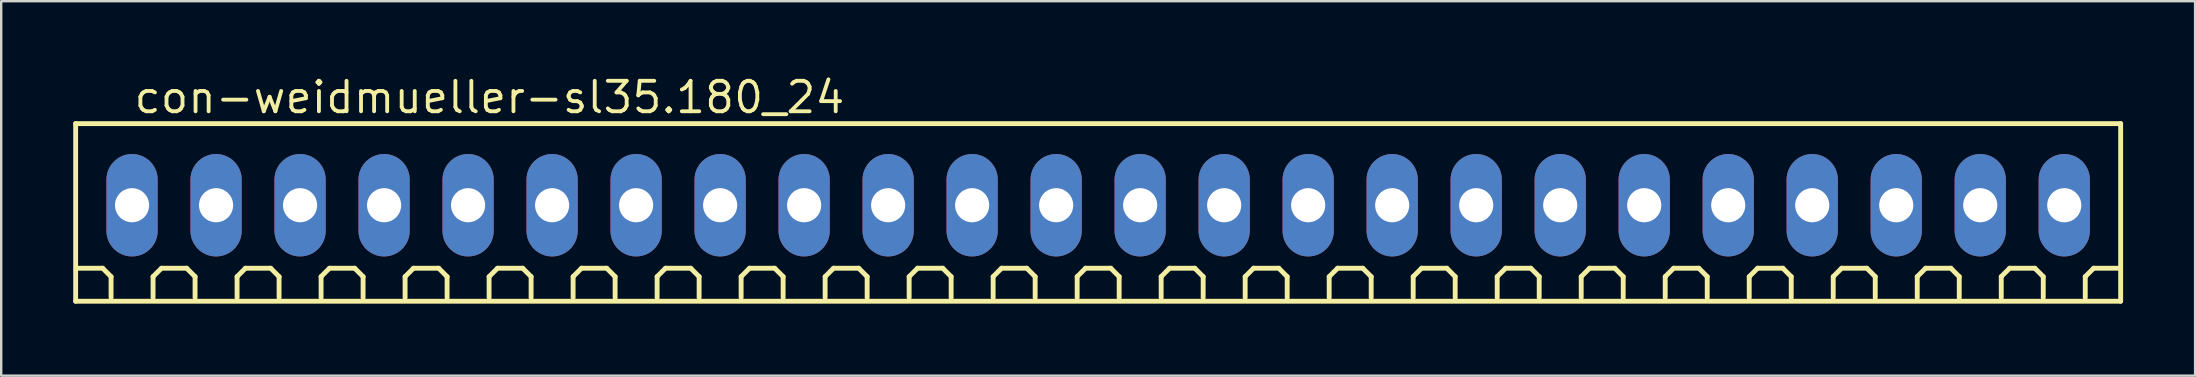
<source format=kicad_pcb>
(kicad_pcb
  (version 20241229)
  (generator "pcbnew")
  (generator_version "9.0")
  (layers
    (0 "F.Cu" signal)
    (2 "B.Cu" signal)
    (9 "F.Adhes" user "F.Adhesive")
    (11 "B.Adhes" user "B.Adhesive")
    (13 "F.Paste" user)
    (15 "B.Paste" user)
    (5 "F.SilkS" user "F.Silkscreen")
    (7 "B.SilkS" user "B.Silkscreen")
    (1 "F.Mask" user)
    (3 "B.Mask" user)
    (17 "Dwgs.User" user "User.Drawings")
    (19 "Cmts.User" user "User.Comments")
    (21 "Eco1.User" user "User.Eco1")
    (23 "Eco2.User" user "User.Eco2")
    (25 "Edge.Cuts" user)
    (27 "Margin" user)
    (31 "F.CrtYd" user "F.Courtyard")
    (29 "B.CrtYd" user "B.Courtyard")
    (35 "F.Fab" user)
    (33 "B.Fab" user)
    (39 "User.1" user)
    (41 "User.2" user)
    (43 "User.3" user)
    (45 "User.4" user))
  (footprint "con-weidmueller-sl35.180_24"
    (layer "F.Cu")
    (at 42.702 5.5)
    (property "Reference" "con-weidmueller-sl35.180_24" (at -40.25 -3.75 0) (layer "F.SilkS") (effects (font (size 1.27 1.27) (thickness 0.16)) (justify left bottom)))
    (attr through_hole)
    (fp_line (start -42.6 -3.4) (end 42.6 -3.4) (stroke (width 0.203) (type default)) (layer "F.SilkS"))
    (fp_line (start -42.6 4) (end -42.6 -3.4) (stroke (width 0.203) (type default)) (layer "F.SilkS"))
    (fp_line (start -41.475 2.625) (end -42.525 2.625) (stroke (width 0.203) (type default)) (layer "F.SilkS"))
    (fp_line (start -41.125 2.975) (end -41.475 2.625) (stroke (width 0.203) (type default)) (layer "F.SilkS"))
    (fp_line (start -41.125 3.85) (end -41.125 2.975) (stroke (width 0.203) (type default)) (layer "F.SilkS"))
    (fp_line (start -39.375 2.975) (end -39.025 2.625) (stroke (width 0.203) (type default)) (layer "F.SilkS"))
    (fp_line (start -39.375 3.85) (end -39.375 2.975) (stroke (width 0.203) (type default)) (layer "F.SilkS"))
    (fp_line (start -39.025 2.625) (end -37.975 2.625) (stroke (width 0.203) (type default)) (layer "F.SilkS"))
    (fp_line (start -37.975 2.625) (end -37.625 2.975) (stroke (width 0.203) (type default)) (layer "F.SilkS"))
    (fp_line (start -37.625 2.975) (end -37.625 3.85) (stroke (width 0.203) (type default)) (layer "F.SilkS"))
    (fp_line (start -35.875 2.975) (end -35.525 2.625) (stroke (width 0.203) (type default)) (layer "F.SilkS"))
    (fp_line (start -35.875 3.85) (end -35.875 2.975) (stroke (width 0.203) (type default)) (layer "F.SilkS"))
    (fp_line (start -35.525 2.625) (end -34.475 2.625) (stroke (width 0.203) (type default)) (layer "F.SilkS"))
    (fp_line (start -34.475 2.625) (end -34.125 2.975) (stroke (width 0.203) (type default)) (layer "F.SilkS"))
    (fp_line (start -34.125 2.975) (end -34.125 3.85) (stroke (width 0.203) (type default)) (layer "F.SilkS"))
    (fp_line (start -32.375 2.975) (end -32.025 2.625) (stroke (width 0.203) (type default)) (layer "F.SilkS"))
    (fp_line (start -32.375 3.85) (end -32.375 2.975) (stroke (width 0.203) (type default)) (layer "F.SilkS"))
    (fp_line (start -32.025 2.625) (end -30.975 2.625) (stroke (width 0.203) (type default)) (layer "F.SilkS"))
    (fp_line (start -30.975 2.625) (end -30.625 2.975) (stroke (width 0.203) (type default)) (layer "F.SilkS"))
    (fp_line (start -30.625 2.975) (end -30.625 3.85) (stroke (width 0.203) (type default)) (layer "F.SilkS"))
    (fp_line (start -28.875 2.975) (end -28.525 2.625) (stroke (width 0.203) (type default)) (layer "F.SilkS"))
    (fp_line (start -28.875 3.85) (end -28.875 2.975) (stroke (width 0.203) (type default)) (layer "F.SilkS"))
    (fp_line (start -28.525 2.625) (end -27.475 2.625) (stroke (width 0.203) (type default)) (layer "F.SilkS"))
    (fp_line (start -27.475 2.625) (end -27.125 2.975) (stroke (width 0.203) (type default)) (layer "F.SilkS"))
    (fp_line (start -27.125 2.975) (end -27.125 3.85) (stroke (width 0.203) (type default)) (layer "F.SilkS"))
    (fp_line (start -25.375 2.975) (end -25.025 2.625) (stroke (width 0.203) (type default)) (layer "F.SilkS"))
    (fp_line (start -25.375 3.85) (end -25.375 2.975) (stroke (width 0.203) (type default)) (layer "F.SilkS"))
    (fp_line (start -25.025 2.625) (end -23.975 2.625) (stroke (width 0.203) (type default)) (layer "F.SilkS"))
    (fp_line (start -23.975 2.625) (end -23.625 2.975) (stroke (width 0.203) (type default)) (layer "F.SilkS"))
    (fp_line (start -23.625 2.975) (end -23.625 3.85) (stroke (width 0.203) (type default)) (layer "F.SilkS"))
    (fp_line (start -21.875 2.975) (end -21.525 2.625) (stroke (width 0.203) (type default)) (layer "F.SilkS"))
    (fp_line (start -21.875 3.85) (end -21.875 2.975) (stroke (width 0.203) (type default)) (layer "F.SilkS"))
    (fp_line (start -21.525 2.625) (end -20.475 2.625) (stroke (width 0.203) (type default)) (layer "F.SilkS"))
    (fp_line (start -20.475 2.625) (end -20.125 2.975) (stroke (width 0.203) (type default)) (layer "F.SilkS"))
    (fp_line (start -20.125 2.975) (end -20.125 3.85) (stroke (width 0.203) (type default)) (layer "F.SilkS"))
    (fp_line (start -18.375 2.975) (end -18.025 2.625) (stroke (width 0.203) (type default)) (layer "F.SilkS"))
    (fp_line (start -18.375 3.85) (end -18.375 2.975) (stroke (width 0.203) (type default)) (layer "F.SilkS"))
    (fp_line (start -18.025 2.625) (end -16.975 2.625) (stroke (width 0.203) (type default)) (layer "F.SilkS"))
    (fp_line (start -16.975 2.625) (end -16.625 2.975) (stroke (width 0.203) (type default)) (layer "F.SilkS"))
    (fp_line (start -16.625 2.975) (end -16.625 3.85) (stroke (width 0.203) (type default)) (layer "F.SilkS"))
    (fp_line (start -14.875 2.975) (end -14.525 2.625) (stroke (width 0.203) (type default)) (layer "F.SilkS"))
    (fp_line (start -14.875 3.85) (end -14.875 2.975) (stroke (width 0.203) (type default)) (layer "F.SilkS"))
    (fp_line (start -14.525 2.625) (end -13.475 2.625) (stroke (width 0.203) (type default)) (layer "F.SilkS"))
    (fp_line (start -13.475 2.625) (end -13.125 2.975) (stroke (width 0.203) (type default)) (layer "F.SilkS"))
    (fp_line (start -13.125 2.975) (end -13.125 3.85) (stroke (width 0.203) (type default)) (layer "F.SilkS"))
    (fp_line (start -11.375 2.975) (end -11.025 2.625) (stroke (width 0.203) (type default)) (layer "F.SilkS"))
    (fp_line (start -11.375 3.85) (end -11.375 2.975) (stroke (width 0.203) (type default)) (layer "F.SilkS"))
    (fp_line (start -11.025 2.625) (end -9.975 2.625) (stroke (width 0.203) (type default)) (layer "F.SilkS"))
    (fp_line (start -9.975 2.625) (end -9.625 2.975) (stroke (width 0.203) (type default)) (layer "F.SilkS"))
    (fp_line (start -9.625 2.975) (end -9.625 3.85) (stroke (width 0.203) (type default)) (layer "F.SilkS"))
    (fp_line (start -7.875 2.975) (end -7.525 2.625) (stroke (width 0.203) (type default)) (layer "F.SilkS"))
    (fp_line (start -7.875 3.85) (end -7.875 2.975) (stroke (width 0.203) (type default)) (layer "F.SilkS"))
    (fp_line (start -7.525 2.625) (end -6.475 2.625) (stroke (width 0.203) (type default)) (layer "F.SilkS"))
    (fp_line (start -6.475 2.625) (end -6.125 2.975) (stroke (width 0.203) (type default)) (layer "F.SilkS"))
    (fp_line (start -6.125 2.975) (end -6.125 3.85) (stroke (width 0.203) (type default)) (layer "F.SilkS"))
    (fp_line (start -4.375 2.975) (end -4.025 2.625) (stroke (width 0.203) (type default)) (layer "F.SilkS"))
    (fp_line (start -4.375 3.85) (end -4.375 2.975) (stroke (width 0.203) (type default)) (layer "F.SilkS"))
    (fp_line (start -4.025 2.625) (end -2.975 2.625) (stroke (width 0.203) (type default)) (layer "F.SilkS"))
    (fp_line (start -2.975 2.625) (end -2.625 2.975) (stroke (width 0.203) (type default)) (layer "F.SilkS"))
    (fp_line (start -2.625 2.975) (end -2.625 3.85) (stroke (width 0.203) (type default)) (layer "F.SilkS"))
    (fp_line (start -0.875 2.975) (end -0.525 2.625) (stroke (width 0.203) (type default)) (layer "F.SilkS"))
    (fp_line (start -0.875 3.85) (end -0.875 2.975) (stroke (width 0.203) (type default)) (layer "F.SilkS"))
    (fp_line (start -0.525 2.625) (end 0.525 2.625) (stroke (width 0.203) (type default)) (layer "F.SilkS"))
    (fp_line (start 0.525 2.625) (end 0.875 2.975) (stroke (width 0.203) (type default)) (layer "F.SilkS"))
    (fp_line (start 0.875 2.975) (end 0.875 3.85) (stroke (width 0.203) (type default)) (layer "F.SilkS"))
    (fp_line (start 2.625 2.975) (end 2.975 2.625) (stroke (width 0.203) (type default)) (layer "F.SilkS"))
    (fp_line (start 2.625 3.85) (end 2.625 2.975) (stroke (width 0.203) (type default)) (layer "F.SilkS"))
    (fp_line (start 2.975 2.625) (end 4.025 2.625) (stroke (width 0.203) (type default)) (layer "F.SilkS"))
    (fp_line (start 4.025 2.625) (end 4.375 2.975) (stroke (width 0.203) (type default)) (layer "F.SilkS"))
    (fp_line (start 4.375 2.975) (end 4.375 3.85) (stroke (width 0.203) (type default)) (layer "F.SilkS"))
    (fp_line (start 6.125 2.975) (end 6.475 2.625) (stroke (width 0.203) (type default)) (layer "F.SilkS"))
    (fp_line (start 6.125 3.85) (end 6.125 2.975) (stroke (width 0.203) (type default)) (layer "F.SilkS"))
    (fp_line (start 6.475 2.625) (end 7.525 2.625) (stroke (width 0.203) (type default)) (layer "F.SilkS"))
    (fp_line (start 7.525 2.625) (end 7.875 2.975) (stroke (width 0.203) (type default)) (layer "F.SilkS"))
    (fp_line (start 7.875 2.975) (end 7.875 3.85) (stroke (width 0.203) (type default)) (layer "F.SilkS"))
    (fp_line (start 9.625 2.975) (end 9.975 2.625) (stroke (width 0.203) (type default)) (layer "F.SilkS"))
    (fp_line (start 9.625 3.85) (end 9.625 2.975) (stroke (width 0.203) (type default)) (layer "F.SilkS"))
    (fp_line (start 9.975 2.625) (end 11.025 2.625) (stroke (width 0.203) (type default)) (layer "F.SilkS"))
    (fp_line (start 11.025 2.625) (end 11.375 2.975) (stroke (width 0.203) (type default)) (layer "F.SilkS"))
    (fp_line (start 11.375 2.975) (end 11.375 3.85) (stroke (width 0.203) (type default)) (layer "F.SilkS"))
    (fp_line (start 13.125 2.975) (end 13.475 2.625) (stroke (width 0.203) (type default)) (layer "F.SilkS"))
    (fp_line (start 13.125 3.85) (end 13.125 2.975) (stroke (width 0.203) (type default)) (layer "F.SilkS"))
    (fp_line (start 13.475 2.625) (end 14.525 2.625) (stroke (width 0.203) (type default)) (layer "F.SilkS"))
    (fp_line (start 14.525 2.625) (end 14.875 2.975) (stroke (width 0.203) (type default)) (layer "F.SilkS"))
    (fp_line (start 14.875 2.975) (end 14.875 3.85) (stroke (width 0.203) (type default)) (layer "F.SilkS"))
    (fp_line (start 16.625 2.975) (end 16.975 2.625) (stroke (width 0.203) (type default)) (layer "F.SilkS"))
    (fp_line (start 16.625 3.85) (end 16.625 2.975) (stroke (width 0.203) (type default)) (layer "F.SilkS"))
    (fp_line (start 16.975 2.625) (end 18.025 2.625) (stroke (width 0.203) (type default)) (layer "F.SilkS"))
    (fp_line (start 18.025 2.625) (end 18.375 2.975) (stroke (width 0.203) (type default)) (layer "F.SilkS"))
    (fp_line (start 18.375 2.975) (end 18.375 3.85) (stroke (width 0.203) (type default)) (layer "F.SilkS"))
    (fp_line (start 20.125 2.975) (end 20.475 2.625) (stroke (width 0.203) (type default)) (layer "F.SilkS"))
    (fp_line (start 20.125 3.85) (end 20.125 2.975) (stroke (width 0.203) (type default)) (layer "F.SilkS"))
    (fp_line (start 20.475 2.625) (end 21.525 2.625) (stroke (width 0.203) (type default)) (layer "F.SilkS"))
    (fp_line (start 21.525 2.625) (end 21.875 2.975) (stroke (width 0.203) (type default)) (layer "F.SilkS"))
    (fp_line (start 21.875 2.975) (end 21.875 3.85) (stroke (width 0.203) (type default)) (layer "F.SilkS"))
    (fp_line (start 23.625 2.975) (end 23.975 2.625) (stroke (width 0.203) (type default)) (layer "F.SilkS"))
    (fp_line (start 23.625 3.85) (end 23.625 2.975) (stroke (width 0.203) (type default)) (layer "F.SilkS"))
    (fp_line (start 23.975 2.625) (end 25.025 2.625) (stroke (width 0.203) (type default)) (layer "F.SilkS"))
    (fp_line (start 25.025 2.625) (end 25.375 2.975) (stroke (width 0.203) (type default)) (layer "F.SilkS"))
    (fp_line (start 25.375 2.975) (end 25.375 3.85) (stroke (width 0.203) (type default)) (layer "F.SilkS"))
    (fp_line (start 27.125 2.975) (end 27.475 2.625) (stroke (width 0.203) (type default)) (layer "F.SilkS"))
    (fp_line (start 27.125 3.85) (end 27.125 2.975) (stroke (width 0.203) (type default)) (layer "F.SilkS"))
    (fp_line (start 27.475 2.625) (end 28.525 2.625) (stroke (width 0.203) (type default)) (layer "F.SilkS"))
    (fp_line (start 28.525 2.625) (end 28.875 2.975) (stroke (width 0.203) (type default)) (layer "F.SilkS"))
    (fp_line (start 28.875 2.975) (end 28.875 3.85) (stroke (width 0.203) (type default)) (layer "F.SilkS"))
    (fp_line (start 30.625 2.975) (end 30.975 2.625) (stroke (width 0.203) (type default)) (layer "F.SilkS"))
    (fp_line (start 30.625 3.85) (end 30.625 2.975) (stroke (width 0.203) (type default)) (layer "F.SilkS"))
    (fp_line (start 30.975 2.625) (end 32.025 2.625) (stroke (width 0.203) (type default)) (layer "F.SilkS"))
    (fp_line (start 32.025 2.625) (end 32.375 2.975) (stroke (width 0.203) (type default)) (layer "F.SilkS"))
    (fp_line (start 32.375 2.975) (end 32.375 3.85) (stroke (width 0.203) (type default)) (layer "F.SilkS"))
    (fp_line (start 34.125 2.975) (end 34.475 2.625) (stroke (width 0.203) (type default)) (layer "F.SilkS"))
    (fp_line (start 34.125 3.85) (end 34.125 2.975) (stroke (width 0.203) (type default)) (layer "F.SilkS"))
    (fp_line (start 34.475 2.625) (end 35.525 2.625) (stroke (width 0.203) (type default)) (layer "F.SilkS"))
    (fp_line (start 35.525 2.625) (end 35.875 2.975) (stroke (width 0.203) (type default)) (layer "F.SilkS"))
    (fp_line (start 35.875 2.975) (end 35.875 3.85) (stroke (width 0.203) (type default)) (layer "F.SilkS"))
    (fp_line (start 37.625 2.975) (end 37.975 2.625) (stroke (width 0.203) (type default)) (layer "F.SilkS"))
    (fp_line (start 37.625 3.85) (end 37.625 2.975) (stroke (width 0.203) (type default)) (layer "F.SilkS"))
    (fp_line (start 37.975 2.625) (end 39.025 2.625) (stroke (width 0.203) (type default)) (layer "F.SilkS"))
    (fp_line (start 39.025 2.625) (end 39.375 2.975) (stroke (width 0.203) (type default)) (layer "F.SilkS"))
    (fp_line (start 39.375 2.975) (end 39.375 3.85) (stroke (width 0.203) (type default)) (layer "F.SilkS"))
    (fp_line (start 41.125 2.975) (end 41.475 2.625) (stroke (width 0.203) (type default)) (layer "F.SilkS"))
    (fp_line (start 41.125 3.85) (end 41.125 2.975) (stroke (width 0.203) (type default)) (layer "F.SilkS"))
    (fp_line (start 41.475 2.625) (end 42.525 2.625) (stroke (width 0.203) (type default)) (layer "F.SilkS"))
    (fp_line (start 42.6 -3.4) (end 42.6 4) (stroke (width 0.203) (type default)) (layer "F.SilkS"))
    (fp_line (start 42.6 4) (end -42.6 4) (stroke (width 0.203) (type default)) (layer "F.SilkS"))
    (pad "1" thru_hole oval (at -40.25 0 90) (size 4.267 2.134) (drill 1.422) (layers "*.Cu" "*.Mask"))
    (pad "2" thru_hole oval (at -36.75 0 90) (size 4.267 2.134) (drill 1.422) (layers "*.Cu" "*.Mask"))
    (pad "3" thru_hole oval (at -33.25 0 90) (size 4.267 2.134) (drill 1.422) (layers "*.Cu" "*.Mask"))
    (pad "4" thru_hole oval (at -29.75 0 90) (size 4.267 2.134) (drill 1.422) (layers "*.Cu" "*.Mask"))
    (pad "5" thru_hole oval (at -26.25 0 90) (size 4.267 2.134) (drill 1.422) (layers "*.Cu" "*.Mask"))
    (pad "6" thru_hole oval (at -22.75 0 90) (size 4.267 2.134) (drill 1.422) (layers "*.Cu" "*.Mask"))
    (pad "7" thru_hole oval (at -19.25 0 90) (size 4.267 2.134) (drill 1.422) (layers "*.Cu" "*.Mask"))
    (pad "8" thru_hole oval (at -15.75 0 90) (size 4.267 2.134) (drill 1.422) (layers "*.Cu" "*.Mask"))
    (pad "9" thru_hole oval (at -12.25 0 90) (size 4.267 2.134) (drill 1.422) (layers "*.Cu" "*.Mask"))
    (pad "10" thru_hole oval (at -8.75 0 90) (size 4.267 2.134) (drill 1.422) (layers "*.Cu" "*.Mask"))
    (pad "11" thru_hole oval (at -5.25 0 90) (size 4.267 2.134) (drill 1.422) (layers "*.Cu" "*.Mask"))
    (pad "12" thru_hole oval (at -1.75 0 90) (size 4.267 2.134) (drill 1.422) (layers "*.Cu" "*.Mask"))
    (pad "13" thru_hole oval (at 1.75 0 90) (size 4.267 2.134) (drill 1.422) (layers "*.Cu" "*.Mask"))
    (pad "14" thru_hole oval (at 5.25 0 90) (size 4.267 2.134) (drill 1.422) (layers "*.Cu" "*.Mask"))
    (pad "15" thru_hole oval (at 8.75 0 90) (size 4.267 2.134) (drill 1.422) (layers "*.Cu" "*.Mask"))
    (pad "16" thru_hole oval (at 12.25 0 90) (size 4.267 2.134) (drill 1.422) (layers "*.Cu" "*.Mask"))
    (pad "17" thru_hole oval (at 15.75 0 90) (size 4.267 2.134) (drill 1.422) (layers "*.Cu" "*.Mask"))
    (pad "18" thru_hole oval (at 19.25 0 90) (size 4.267 2.134) (drill 1.422) (layers "*.Cu" "*.Mask"))
    (pad "19" thru_hole oval (at 22.75 0 90) (size 4.267 2.134) (drill 1.422) (layers "*.Cu" "*.Mask"))
    (pad "20" thru_hole oval (at 26.25 0 90) (size 4.267 2.134) (drill 1.422) (layers "*.Cu" "*.Mask"))
    (pad "21" thru_hole oval (at 29.75 0 90) (size 4.267 2.134) (drill 1.422) (layers "*.Cu" "*.Mask"))
    (pad "22" thru_hole oval (at 33.25 0 90) (size 4.267 2.134) (drill 1.422) (layers "*.Cu" "*.Mask"))
    (pad "23" thru_hole oval (at 36.75 0 90) (size 4.267 2.134) (drill 1.422) (layers "*.Cu" "*.Mask"))
    (pad "24" thru_hole oval (at 40.25 0 90) (size 4.267 2.134) (drill 1.422) (layers "*.Cu" "*.Mask")))
  (gr_rect
    (start -3 -3)
    (end 88.403 12.602)
    (stroke (width 0.1) (type default))
    (fill no)
    (layer "Edge.Cuts")))
</source>
